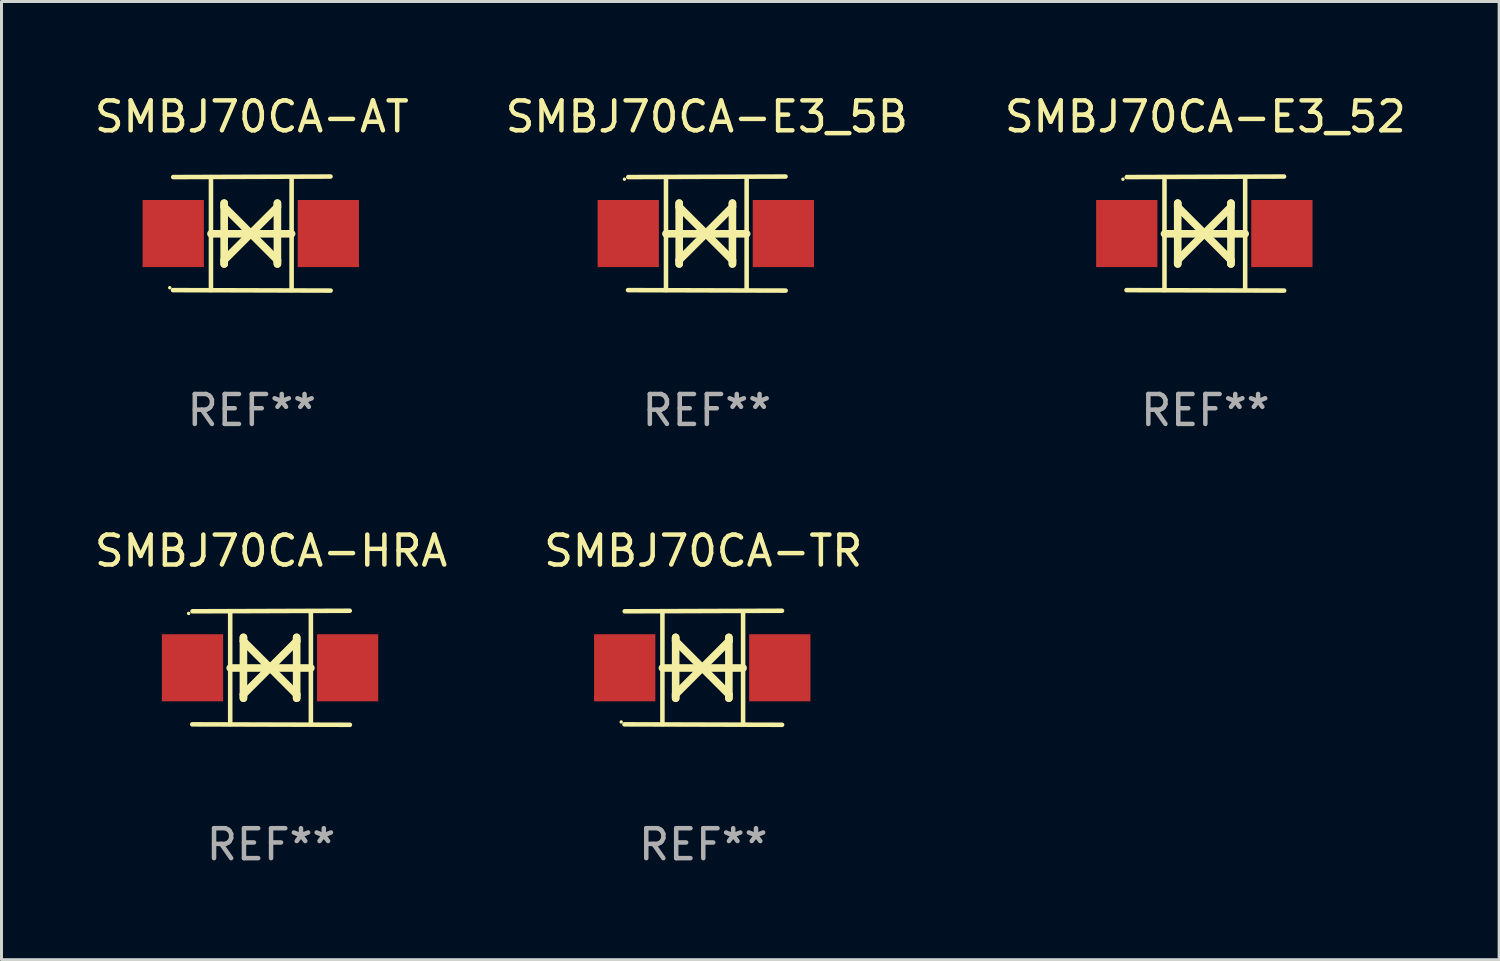
<source format=kicad_pcb>
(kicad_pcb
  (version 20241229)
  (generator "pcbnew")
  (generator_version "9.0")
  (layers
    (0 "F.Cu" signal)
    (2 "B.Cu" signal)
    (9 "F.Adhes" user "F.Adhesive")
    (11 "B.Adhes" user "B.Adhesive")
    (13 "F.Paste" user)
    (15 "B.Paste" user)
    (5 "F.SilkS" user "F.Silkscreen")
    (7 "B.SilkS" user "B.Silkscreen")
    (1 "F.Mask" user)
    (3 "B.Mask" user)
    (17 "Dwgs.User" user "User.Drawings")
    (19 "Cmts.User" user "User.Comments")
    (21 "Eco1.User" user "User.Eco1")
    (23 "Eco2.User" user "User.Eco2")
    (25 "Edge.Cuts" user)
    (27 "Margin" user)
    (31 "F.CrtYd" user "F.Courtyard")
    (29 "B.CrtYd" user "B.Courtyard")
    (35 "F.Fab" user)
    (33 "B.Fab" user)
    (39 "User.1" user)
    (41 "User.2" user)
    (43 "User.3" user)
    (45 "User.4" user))
  (footprint "SMBJ70CA-HRA"
    (layer "F.Cu")
    (at 6.006 19.26)
    (property "Reference" "SMBJ70CA-HRA" (at 0 -3.905 0) (layer "F.SilkS") (effects (font (size 1 1) (thickness 0.15))))
    (attr through_hole)
    (fp_line (start -1.365 1.886) (end -1.365 -1.886) (stroke (width 0.152) (type solid)) (layer "F.SilkS"))
    (fp_line (start -1.365 0.008) (end 1.33 0.008) (stroke (width 0.254) (type solid)) (layer "F.SilkS"))
    (fp_line (start -0.923 -1.016) (end -0.923 1.016) (stroke (width 0.254) (type solid)) (layer "F.SilkS"))
    (fp_line (start -0.923 -0.889) (end -0.923 -1.016) (stroke (width 0.254) (type solid)) (layer "F.SilkS"))
    (fp_line (start -0.923 0.889) (end -0.034 0) (stroke (width 0.254) (type solid)) (layer "F.SilkS"))
    (fp_line (start -0.923 1.016) (end -0.923 0.889) (stroke (width 0.254) (type solid)) (layer "F.SilkS"))
    (fp_line (start -0.034 0) (end -0.923 -0.889) (stroke (width 0.254) (type solid)) (layer "F.SilkS"))
    (fp_line (start -0.034 0) (end 0.855 0.889) (stroke (width 0.254) (type solid)) (layer "F.SilkS"))
    (fp_line (start 0.855 -1.016) (end 0.855 -0.889) (stroke (width 0.254) (type solid)) (layer "F.SilkS"))
    (fp_line (start 0.855 -0.889) (end -0.034 0) (stroke (width 0.254) (type solid)) (layer "F.SilkS"))
    (fp_line (start 0.855 0.889) (end 0.855 1.016) (stroke (width 0.254) (type solid)) (layer "F.SilkS"))
    (fp_line (start 0.855 1.016) (end 0.855 -1.016) (stroke (width 0.254) (type solid)) (layer "F.SilkS"))
    (fp_line (start 1.33 1.886) (end 1.33 -1.886) (stroke (width 0.152) (type solid)) (layer "F.SilkS"))
    (fp_line (start 2.629 -1.905) (end -2.625 -1.887) (stroke (width 0.152) (type solid)) (layer "F.SilkS"))
    (fp_line (start 2.633 1.905) (end -2.633 1.89) (stroke (width 0.152) (type solid)) (layer "F.SilkS"))
    (fp_circle (center -2.753 -1.816) (end -2.723 -1.816) (stroke (width 0.06) (type solid)) (fill no) (layer "F.SilkS"))
    (fp_text user "REF**" (at 0 5.905 0) (layer "F.Fab") (effects (font (size 1 1) (thickness 0.15))))
    (pad "1" smd rect (at -2.625 0) (size 2.047 2.241) (layers "F.Cu" "F.Mask" "F.Paste"))
    (pad "2" smd rect (at 2.557 0) (size 2.047 2.241) (layers "F.Cu" "F.Mask" "F.Paste")))
  (footprint "SMBJ70CA-E3_52"
    (layer "F.Cu")
    (at 37.22 4.753)
    (property "Reference" "SMBJ70CA-E3_52" (at 0 -3.905 0) (layer "F.SilkS") (effects (font (size 1 1) (thickness 0.15))))
    (attr through_hole)
    (fp_line (start -1.365 1.886) (end -1.365 -1.886) (stroke (width 0.152) (type solid)) (layer "F.SilkS"))
    (fp_line (start -1.365 0.008) (end 1.33 0.008) (stroke (width 0.254) (type solid)) (layer "F.SilkS"))
    (fp_line (start -0.923 -1.016) (end -0.923 1.016) (stroke (width 0.254) (type solid)) (layer "F.SilkS"))
    (fp_line (start -0.923 -0.889) (end -0.923 -1.016) (stroke (width 0.254) (type solid)) (layer "F.SilkS"))
    (fp_line (start -0.923 0.889) (end -0.034 0) (stroke (width 0.254) (type solid)) (layer "F.SilkS"))
    (fp_line (start -0.923 1.016) (end -0.923 0.889) (stroke (width 0.254) (type solid)) (layer "F.SilkS"))
    (fp_line (start -0.034 0) (end -0.923 -0.889) (stroke (width 0.254) (type solid)) (layer "F.SilkS"))
    (fp_line (start -0.034 0) (end 0.855 0.889) (stroke (width 0.254) (type solid)) (layer "F.SilkS"))
    (fp_line (start 0.855 -1.016) (end 0.855 -0.889) (stroke (width 0.254) (type solid)) (layer "F.SilkS"))
    (fp_line (start 0.855 -0.889) (end -0.034 0) (stroke (width 0.254) (type solid)) (layer "F.SilkS"))
    (fp_line (start 0.855 0.889) (end 0.855 1.016) (stroke (width 0.254) (type solid)) (layer "F.SilkS"))
    (fp_line (start 0.855 1.016) (end 0.855 -1.016) (stroke (width 0.254) (type solid)) (layer "F.SilkS"))
    (fp_line (start 1.33 1.886) (end 1.33 -1.886) (stroke (width 0.152) (type solid)) (layer "F.SilkS"))
    (fp_line (start 2.629 -1.905) (end -2.625 -1.887) (stroke (width 0.152) (type solid)) (layer "F.SilkS"))
    (fp_line (start 2.633 1.905) (end -2.633 1.89) (stroke (width 0.152) (type solid)) (layer "F.SilkS"))
    (fp_circle (center -2.753 -1.816) (end -2.723 -1.816) (stroke (width 0.06) (type solid)) (fill no) (layer "F.SilkS"))
    (fp_text user "REF**" (at 0 5.905 0) (layer "F.Fab") (effects (font (size 1 1) (thickness 0.15))))
    (pad "1" smd rect (at -2.625 0) (size 2.047 2.241) (layers "F.Cu" "F.Mask" "F.Paste"))
    (pad "2" smd rect (at 2.557 0) (size 2.047 2.241) (layers "F.Cu" "F.Mask" "F.Paste")))
  (footprint "SMBJ70CA-AT"
    (layer "F.Cu")
    (at 5.363 4.753)
    (property "Reference" "SMBJ70CA-AT" (at 0 -3.905 0) (layer "F.SilkS") (effects (font (size 1 1) (thickness 0.15))))
    (attr through_hole)
    (fp_line (start -1.365 1.886) (end -1.365 -1.886) (stroke (width 0.152) (type solid)) (layer "F.SilkS"))
    (fp_line (start -1.365 0.008) (end 1.33 0.008) (stroke (width 0.254) (type solid)) (layer "F.SilkS"))
    (fp_line (start -0.923 -1.016) (end -0.923 1.016) (stroke (width 0.254) (type solid)) (layer "F.SilkS"))
    (fp_line (start -0.923 -0.889) (end -0.923 -1.016) (stroke (width 0.254) (type solid)) (layer "F.SilkS"))
    (fp_line (start -0.923 0.889) (end -0.034 0) (stroke (width 0.254) (type solid)) (layer "F.SilkS"))
    (fp_line (start -0.923 1.016) (end -0.923 0.889) (stroke (width 0.254) (type solid)) (layer "F.SilkS"))
    (fp_line (start -0.034 0) (end -0.923 -0.889) (stroke (width 0.254) (type solid)) (layer "F.SilkS"))
    (fp_line (start -0.034 0) (end 0.855 0.889) (stroke (width 0.254) (type solid)) (layer "F.SilkS"))
    (fp_line (start 0.855 -1.016) (end 0.855 -0.889) (stroke (width 0.254) (type solid)) (layer "F.SilkS"))
    (fp_line (start 0.855 -0.889) (end -0.034 0) (stroke (width 0.254) (type solid)) (layer "F.SilkS"))
    (fp_line (start 0.855 0.889) (end 0.855 1.016) (stroke (width 0.254) (type solid)) (layer "F.SilkS"))
    (fp_line (start 0.855 1.016) (end 0.855 -1.016) (stroke (width 0.254) (type solid)) (layer "F.SilkS"))
    (fp_line (start 1.33 1.886) (end 1.33 -1.886) (stroke (width 0.152) (type solid)) (layer "F.SilkS"))
    (fp_line (start 2.629 -1.905) (end -2.625 -1.887) (stroke (width 0.152) (type solid)) (layer "F.SilkS"))
    (fp_line (start 2.633 1.905) (end -2.633 1.89) (stroke (width 0.152) (type solid)) (layer "F.SilkS"))
    (fp_circle (center -2.741 1.81) (end -2.711 1.81) (stroke (width 0.06) (type solid)) (fill no) (layer "F.SilkS"))
    (fp_text user "REF**" (at 0 5.905 0) (layer "F.Fab") (effects (font (size 1 1) (thickness 0.15))))
    (pad "1" smd rect (at -2.625 0) (size 2.047 2.241) (layers "F.Cu" "F.Mask" "F.Paste"))
    (pad "2" smd rect (at 2.557 0) (size 2.047 2.241) (layers "F.Cu" "F.Mask" "F.Paste")))
  (footprint "SMBJ70CA-TR"
    (layer "F.Cu")
    (at 20.446 19.26)
    (property "Reference" "SMBJ70CA-TR" (at 0 -3.905 0) (layer "F.SilkS") (effects (font (size 1 1) (thickness 0.15))))
    (attr through_hole)
    (fp_line (start -1.365 1.886) (end -1.365 -1.886) (stroke (width 0.152) (type solid)) (layer "F.SilkS"))
    (fp_line (start -1.365 0.008) (end 1.33 0.008) (stroke (width 0.254) (type solid)) (layer "F.SilkS"))
    (fp_line (start -0.923 -1.016) (end -0.923 1.016) (stroke (width 0.254) (type solid)) (layer "F.SilkS"))
    (fp_line (start -0.923 -0.889) (end -0.923 -1.016) (stroke (width 0.254) (type solid)) (layer "F.SilkS"))
    (fp_line (start -0.923 0.889) (end -0.034 0) (stroke (width 0.254) (type solid)) (layer "F.SilkS"))
    (fp_line (start -0.923 1.016) (end -0.923 0.889) (stroke (width 0.254) (type solid)) (layer "F.SilkS"))
    (fp_line (start -0.034 0) (end -0.923 -0.889) (stroke (width 0.254) (type solid)) (layer "F.SilkS"))
    (fp_line (start -0.034 0) (end 0.855 0.889) (stroke (width 0.254) (type solid)) (layer "F.SilkS"))
    (fp_line (start 0.855 -1.016) (end 0.855 -0.889) (stroke (width 0.254) (type solid)) (layer "F.SilkS"))
    (fp_line (start 0.855 -0.889) (end -0.034 0) (stroke (width 0.254) (type solid)) (layer "F.SilkS"))
    (fp_line (start 0.855 0.889) (end 0.855 1.016) (stroke (width 0.254) (type solid)) (layer "F.SilkS"))
    (fp_line (start 0.855 1.016) (end 0.855 -1.016) (stroke (width 0.254) (type solid)) (layer "F.SilkS"))
    (fp_line (start 1.33 1.886) (end 1.33 -1.886) (stroke (width 0.152) (type solid)) (layer "F.SilkS"))
    (fp_line (start 2.629 -1.905) (end -2.625 -1.887) (stroke (width 0.152) (type solid)) (layer "F.SilkS"))
    (fp_line (start 2.633 1.905) (end -2.633 1.89) (stroke (width 0.152) (type solid)) (layer "F.SilkS"))
    (fp_circle (center -2.741 1.81) (end -2.711 1.81) (stroke (width 0.06) (type solid)) (fill no) (layer "F.SilkS"))
    (fp_text user "REF**" (at 0 5.905 0) (layer "F.Fab") (effects (font (size 1 1) (thickness 0.15))))
    (pad "1" smd rect (at -2.625 0) (size 2.047 2.241) (layers "F.Cu" "F.Mask" "F.Paste"))
    (pad "2" smd rect (at 2.557 0) (size 2.047 2.241) (layers "F.Cu" "F.Mask" "F.Paste")))
  (footprint "SMBJ70CA-E3_5B"
    (layer "F.Cu")
    (at 20.565 4.753)
    (property "Reference" "SMBJ70CA-E3_5B" (at 0 -3.905 0) (layer "F.SilkS") (effects (font (size 1 1) (thickness 0.15))))
    (attr through_hole)
    (fp_line (start -1.365 1.886) (end -1.365 -1.886) (stroke (width 0.152) (type solid)) (layer "F.SilkS"))
    (fp_line (start -1.365 0.008) (end 1.33 0.008) (stroke (width 0.254) (type solid)) (layer "F.SilkS"))
    (fp_line (start -0.923 -1.016) (end -0.923 1.016) (stroke (width 0.254) (type solid)) (layer "F.SilkS"))
    (fp_line (start -0.923 -0.889) (end -0.923 -1.016) (stroke (width 0.254) (type solid)) (layer "F.SilkS"))
    (fp_line (start -0.923 0.889) (end -0.034 0) (stroke (width 0.254) (type solid)) (layer "F.SilkS"))
    (fp_line (start -0.923 1.016) (end -0.923 0.889) (stroke (width 0.254) (type solid)) (layer "F.SilkS"))
    (fp_line (start -0.034 0) (end -0.923 -0.889) (stroke (width 0.254) (type solid)) (layer "F.SilkS"))
    (fp_line (start -0.034 0) (end 0.855 0.889) (stroke (width 0.254) (type solid)) (layer "F.SilkS"))
    (fp_line (start 0.855 -1.016) (end 0.855 -0.889) (stroke (width 0.254) (type solid)) (layer "F.SilkS"))
    (fp_line (start 0.855 -0.889) (end -0.034 0) (stroke (width 0.254) (type solid)) (layer "F.SilkS"))
    (fp_line (start 0.855 0.889) (end 0.855 1.016) (stroke (width 0.254) (type solid)) (layer "F.SilkS"))
    (fp_line (start 0.855 1.016) (end 0.855 -1.016) (stroke (width 0.254) (type solid)) (layer "F.SilkS"))
    (fp_line (start 1.33 1.886) (end 1.33 -1.886) (stroke (width 0.152) (type solid)) (layer "F.SilkS"))
    (fp_line (start 2.629 -1.905) (end -2.625 -1.887) (stroke (width 0.152) (type solid)) (layer "F.SilkS"))
    (fp_line (start 2.633 1.905) (end -2.633 1.89) (stroke (width 0.152) (type solid)) (layer "F.SilkS"))
    (fp_circle (center -2.753 -1.816) (end -2.723 -1.816) (stroke (width 0.06) (type solid)) (fill no) (layer "F.SilkS"))
    (fp_text user "REF**" (at 0 5.905 0) (layer "F.Fab") (effects (font (size 1 1) (thickness 0.15))))
    (pad "1" smd rect (at -2.625 0) (size 2.047 2.241) (layers "F.Cu" "F.Mask" "F.Paste"))
    (pad "2" smd rect (at 2.557 0) (size 2.047 2.241) (layers "F.Cu" "F.Mask" "F.Paste")))
  (gr_rect
    (start -3 -3)
    (end 47.036 29.013)
    (stroke (width 0.1) (type default))
    (fill no)
    (layer "Edge.Cuts")))
</source>
